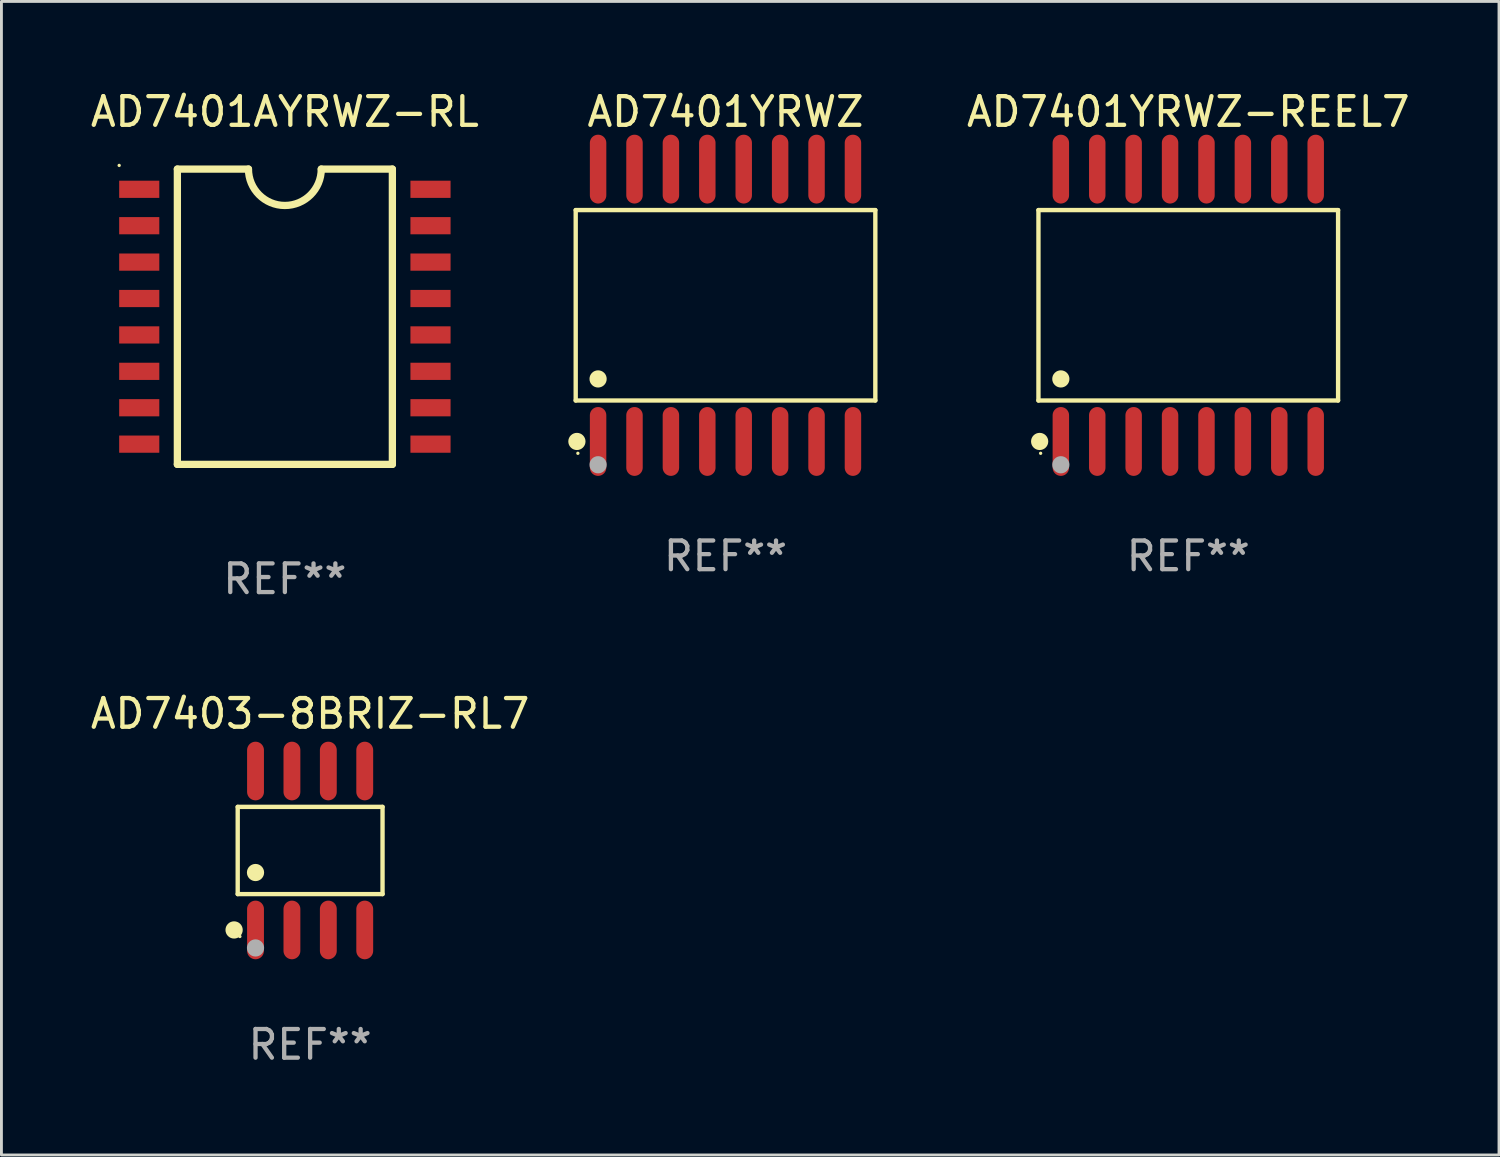
<source format=kicad_pcb>
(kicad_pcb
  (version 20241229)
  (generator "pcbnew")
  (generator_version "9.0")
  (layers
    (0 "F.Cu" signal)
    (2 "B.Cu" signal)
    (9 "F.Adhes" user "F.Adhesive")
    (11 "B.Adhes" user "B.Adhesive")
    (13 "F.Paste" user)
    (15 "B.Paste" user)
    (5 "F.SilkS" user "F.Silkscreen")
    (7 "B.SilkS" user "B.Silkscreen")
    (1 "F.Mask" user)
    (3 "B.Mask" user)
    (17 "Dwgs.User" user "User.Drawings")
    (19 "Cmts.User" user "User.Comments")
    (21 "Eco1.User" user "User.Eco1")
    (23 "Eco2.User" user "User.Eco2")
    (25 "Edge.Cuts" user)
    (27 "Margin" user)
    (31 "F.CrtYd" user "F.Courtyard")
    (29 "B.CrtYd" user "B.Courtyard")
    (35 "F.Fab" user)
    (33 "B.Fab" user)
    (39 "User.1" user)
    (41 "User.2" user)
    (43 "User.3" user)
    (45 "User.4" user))
  (footprint "AD7401YRWZ"
    (layer "F.Cu")
    (at 22.258 7.599)
    (property "Reference" "AD7401YRWZ" (at 0 -6.75 0) (layer "F.SilkS") (effects (font (size 1 1) (thickness 0.15))))
    (attr through_hole)
    (fp_line (start -5.226 -3.321) (end 5.226 -3.321) (stroke (width 0.152) (type solid)) (layer "F.SilkS"))
    (fp_line (start -5.226 3.321) (end -5.226 -3.321) (stroke (width 0.152) (type solid)) (layer "F.SilkS"))
    (fp_line (start 5.226 -3.321) (end 5.226 3.321) (stroke (width 0.152) (type solid)) (layer "F.SilkS"))
    (fp_line (start 5.226 3.321) (end -5.226 3.321) (stroke (width 0.152) (type solid)) (layer "F.SilkS"))
    (fp_circle (center -5.184 4.75) (end -5.034 4.75) (stroke (width 0.3) (type solid)) (fill no) (layer "F.SilkS"))
    (fp_circle (center -5.15 5.163) (end -5.12 5.163) (stroke (width 0.06) (type solid)) (fill no) (layer "F.SilkS"))
    (fp_circle (center -4.445 2.569) (end -4.295 2.569) (stroke (width 0.3) (type solid)) (fill no) (layer "F.SilkS"))
    (fp_circle (center -4.445 5.563) (end -4.295 5.563) (stroke (width 0.3) (type solid)) (fill no) (layer "F.Fab"))
    (fp_text user "REF**" (at 0 8.75 0) (layer "F.Fab") (effects (font (size 1 1) (thickness 0.15))))
    (pad "1" smd oval (at -4.445 4.75) (size 0.574 2.401) (layers "F.Cu" "F.Mask" "F.Paste"))
    (pad "2" smd oval (at -3.175 4.75) (size 0.574 2.401) (layers "F.Cu" "F.Mask" "F.Paste"))
    (pad "3" smd oval (at -1.905 4.75) (size 0.574 2.401) (layers "F.Cu" "F.Mask" "F.Paste"))
    (pad "4" smd oval (at -0.635 4.75) (size 0.574 2.401) (layers "F.Cu" "F.Mask" "F.Paste"))
    (pad "5" smd oval (at 0.635 4.75) (size 0.574 2.401) (layers "F.Cu" "F.Mask" "F.Paste"))
    (pad "6" smd oval (at 1.905 4.75) (size 0.574 2.401) (layers "F.Cu" "F.Mask" "F.Paste"))
    (pad "7" smd oval (at 3.175 4.75) (size 0.574 2.401) (layers "F.Cu" "F.Mask" "F.Paste"))
    (pad "8" smd oval (at 4.445 4.75) (size 0.574 2.401) (layers "F.Cu" "F.Mask" "F.Paste"))
    (pad "9" smd oval (at 4.445 -4.75) (size 0.574 2.401) (layers "F.Cu" "F.Mask" "F.Paste"))
    (pad "10" smd oval (at 3.175 -4.75) (size 0.574 2.401) (layers "F.Cu" "F.Mask" "F.Paste"))
    (pad "11" smd oval (at 1.905 -4.75) (size 0.574 2.401) (layers "F.Cu" "F.Mask" "F.Paste"))
    (pad "12" smd oval (at 0.635 -4.75) (size 0.574 2.401) (layers "F.Cu" "F.Mask" "F.Paste"))
    (pad "13" smd oval (at -0.635 -4.75) (size 0.574 2.401) (layers "F.Cu" "F.Mask" "F.Paste"))
    (pad "14" smd oval (at -1.905 -4.75) (size 0.574 2.401) (layers "F.Cu" "F.Mask" "F.Paste"))
    (pad "15" smd oval (at -3.175 -4.75) (size 0.574 2.401) (layers "F.Cu" "F.Mask" "F.Paste"))
    (pad "16" smd oval (at -4.445 -4.75) (size 0.574 2.401) (layers "F.Cu" "F.Mask" "F.Paste")))
  (footprint "AD7401YRWZ-REEL7"
    (layer "F.Cu")
    (at 38.4 7.599)
    (property "Reference" "AD7401YRWZ-REEL7" (at 0 -6.75 0) (layer "F.SilkS") (effects (font (size 1 1) (thickness 0.15))))
    (attr through_hole)
    (fp_line (start -5.226 -3.321) (end 5.226 -3.321) (stroke (width 0.152) (type solid)) (layer "F.SilkS"))
    (fp_line (start -5.226 3.321) (end -5.226 -3.321) (stroke (width 0.152) (type solid)) (layer "F.SilkS"))
    (fp_line (start 5.226 -3.321) (end 5.226 3.321) (stroke (width 0.152) (type solid)) (layer "F.SilkS"))
    (fp_line (start 5.226 3.321) (end -5.226 3.321) (stroke (width 0.152) (type solid)) (layer "F.SilkS"))
    (fp_circle (center -5.184 4.75) (end -5.034 4.75) (stroke (width 0.3) (type solid)) (fill no) (layer "F.SilkS"))
    (fp_circle (center -5.15 5.163) (end -5.12 5.163) (stroke (width 0.06) (type solid)) (fill no) (layer "F.SilkS"))
    (fp_circle (center -4.445 2.569) (end -4.295 2.569) (stroke (width 0.3) (type solid)) (fill no) (layer "F.SilkS"))
    (fp_circle (center -4.445 5.563) (end -4.295 5.563) (stroke (width 0.3) (type solid)) (fill no) (layer "F.Fab"))
    (fp_text user "REF**" (at 0 8.75 0) (layer "F.Fab") (effects (font (size 1 1) (thickness 0.15))))
    (pad "1" smd oval (at -4.445 4.75) (size 0.574 2.401) (layers "F.Cu" "F.Mask" "F.Paste"))
    (pad "2" smd oval (at -3.175 4.75) (size 0.574 2.401) (layers "F.Cu" "F.Mask" "F.Paste"))
    (pad "3" smd oval (at -1.905 4.75) (size 0.574 2.401) (layers "F.Cu" "F.Mask" "F.Paste"))
    (pad "4" smd oval (at -0.635 4.75) (size 0.574 2.401) (layers "F.Cu" "F.Mask" "F.Paste"))
    (pad "5" smd oval (at 0.635 4.75) (size 0.574 2.401) (layers "F.Cu" "F.Mask" "F.Paste"))
    (pad "6" smd oval (at 1.905 4.75) (size 0.574 2.401) (layers "F.Cu" "F.Mask" "F.Paste"))
    (pad "7" smd oval (at 3.175 4.75) (size 0.574 2.401) (layers "F.Cu" "F.Mask" "F.Paste"))
    (pad "8" smd oval (at 4.445 4.75) (size 0.574 2.401) (layers "F.Cu" "F.Mask" "F.Paste"))
    (pad "9" smd oval (at 4.445 -4.75) (size 0.574 2.401) (layers "F.Cu" "F.Mask" "F.Paste"))
    (pad "10" smd oval (at 3.175 -4.75) (size 0.574 2.401) (layers "F.Cu" "F.Mask" "F.Paste"))
    (pad "11" smd oval (at 1.905 -4.75) (size 0.574 2.401) (layers "F.Cu" "F.Mask" "F.Paste"))
    (pad "12" smd oval (at 0.635 -4.75) (size 0.574 2.401) (layers "F.Cu" "F.Mask" "F.Paste"))
    (pad "13" smd oval (at -0.635 -4.75) (size 0.574 2.401) (layers "F.Cu" "F.Mask" "F.Paste"))
    (pad "14" smd oval (at -1.905 -4.75) (size 0.574 2.401) (layers "F.Cu" "F.Mask" "F.Paste"))
    (pad "15" smd oval (at -3.175 -4.75) (size 0.574 2.401) (layers "F.Cu" "F.Mask" "F.Paste"))
    (pad "16" smd oval (at -4.445 -4.75) (size 0.574 2.401) (layers "F.Cu" "F.Mask" "F.Paste")))
  (footprint "AD7403-8BRIZ-RL7"
    (layer "F.Cu")
    (at 7.768 26.617)
    (property "Reference" "AD7403-8BRIZ-RL7" (at 0 -4.772 0) (layer "F.SilkS") (effects (font (size 1 1) (thickness 0.15))))
    (attr through_hole)
    (fp_line (start -2.526 -1.521) (end 2.526 -1.521) (stroke (width 0.152) (type solid)) (layer "F.SilkS"))
    (fp_line (start -2.526 1.521) (end -2.526 -1.521) (stroke (width 0.152) (type solid)) (layer "F.SilkS"))
    (fp_line (start 2.526 -1.521) (end 2.526 1.521) (stroke (width 0.152) (type solid)) (layer "F.SilkS"))
    (fp_line (start 2.526 1.521) (end -2.526 1.521) (stroke (width 0.152) (type solid)) (layer "F.SilkS"))
    (fp_circle (center -2.652 2.772) (end -2.501 2.772) (stroke (width 0.3) (type solid)) (fill no) (layer "F.SilkS"))
    (fp_circle (center -2.45 3) (end -2.42 3) (stroke (width 0.06) (type solid)) (fill no) (layer "F.SilkS"))
    (fp_circle (center -1.905 0.769) (end -1.755 0.769) (stroke (width 0.3) (type solid)) (fill no) (layer "F.SilkS"))
    (fp_circle (center -1.905 3.4) (end -1.755 3.4) (stroke (width 0.3) (type solid)) (fill no) (layer "F.Fab"))
    (fp_text user "REF**" (at 0 6.772 0) (layer "F.Fab") (effects (font (size 1 1) (thickness 0.15))))
    (pad "1" smd oval (at -1.905 2.772) (size 0.588 2.045) (layers "F.Cu" "F.Mask" "F.Paste"))
    (pad "2" smd oval (at -0.635 2.772) (size 0.588 2.045) (layers "F.Cu" "F.Mask" "F.Paste"))
    (pad "3" smd oval (at 0.635 2.772) (size 0.588 2.045) (layers "F.Cu" "F.Mask" "F.Paste"))
    (pad "4" smd oval (at 1.905 2.772) (size 0.588 2.045) (layers "F.Cu" "F.Mask" "F.Paste"))
    (pad "5" smd oval (at 1.905 -2.772) (size 0.588 2.045) (layers "F.Cu" "F.Mask" "F.Paste"))
    (pad "6" smd oval (at 0.635 -2.772) (size 0.588 2.045) (layers "F.Cu" "F.Mask" "F.Paste"))
    (pad "7" smd oval (at -0.635 -2.772) (size 0.588 2.045) (layers "F.Cu" "F.Mask" "F.Paste"))
    (pad "8" smd oval (at -1.905 -2.772) (size 0.588 2.045) (layers "F.Cu" "F.Mask" "F.Paste")))
  (footprint "AD7401AYRWZ-RL"
    (layer "F.Cu")
    (at 6.887 7.998)
    (property "Reference" "AD7401AYRWZ-RL" (at 0 -7.15 0) (layer "F.SilkS") (effects (font (size 1 1) (thickness 0.15))))
    (attr through_hole)
    (fp_line (start -3.75 -5.15) (end -1.27 -5.15) (stroke (width 0.254) (type solid)) (layer "F.SilkS"))
    (fp_line (start -3.75 5.15) (end -3.75 -5.15) (stroke (width 0.254) (type solid)) (layer "F.SilkS"))
    (fp_line (start 3.75 -5.15) (end 1.27 -5.15) (stroke (width 0.254) (type solid)) (layer "F.SilkS"))
    (fp_line (start 3.75 -5.15) (end 3.75 5.15) (stroke (width 0.254) (type solid)) (layer "F.SilkS"))
    (fp_line (start 3.75 5.15) (end -3.75 5.15) (stroke (width 0.254) (type solid)) (layer "F.SilkS"))
    (fp_arc (start 1.270003 -5.150013) (mid -0.000559 -3.881128) (end -1.270003 -5.151131) (stroke (width 0.254001) (type solid)) (layer "F.SilkS"))
    (fp_circle (center -5.78 -5.278) (end -5.75 -5.278) (stroke (width 0.06) (type solid)) (fill no) (layer "F.SilkS"))
    (fp_text user "REF**" (at 0 9.15 0) (layer "F.Fab") (effects (font (size 1 1) (thickness 0.15))))
    (pad "1" smd rect (at -5.08 -4.445) (size 1.4 0.6) (layers "F.Cu" "F.Mask" "F.Paste"))
    (pad "2" smd rect (at -5.08 -3.175) (size 1.4 0.6) (layers "F.Cu" "F.Mask" "F.Paste"))
    (pad "3" smd rect (at -5.08 -1.905) (size 1.4 0.6) (layers "F.Cu" "F.Mask" "F.Paste"))
    (pad "4" smd rect (at -5.08 -0.635) (size 1.4 0.6) (layers "F.Cu" "F.Mask" "F.Paste"))
    (pad "5" smd rect (at -5.08 0.635) (size 1.4 0.6) (layers "F.Cu" "F.Mask" "F.Paste"))
    (pad "6" smd rect (at -5.08 1.905) (size 1.4 0.6) (layers "F.Cu" "F.Mask" "F.Paste"))
    (pad "7" smd rect (at -5.08 3.175) (size 1.4 0.6) (layers "F.Cu" "F.Mask" "F.Paste"))
    (pad "8" smd rect (at -5.08 4.445) (size 1.4 0.6) (layers "F.Cu" "F.Mask" "F.Paste"))
    (pad "9" smd rect (at 5.08 4.445) (size 1.4 0.6) (layers "F.Cu" "F.Mask" "F.Paste"))
    (pad "10" smd rect (at 5.08 3.175) (size 1.4 0.6) (layers "F.Cu" "F.Mask" "F.Paste"))
    (pad "11" smd rect (at 5.08 1.905) (size 1.4 0.6) (layers "F.Cu" "F.Mask" "F.Paste"))
    (pad "12" smd rect (at 5.08 0.635) (size 1.4 0.6) (layers "F.Cu" "F.Mask" "F.Paste"))
    (pad "13" smd rect (at 5.08 -0.635) (size 1.4 0.6) (layers "F.Cu" "F.Mask" "F.Paste"))
    (pad "14" smd rect (at 5.08 -1.905) (size 1.4 0.6) (layers "F.Cu" "F.Mask" "F.Paste"))
    (pad "15" smd rect (at 5.08 -3.175) (size 1.4 0.6) (layers "F.Cu" "F.Mask" "F.Paste"))
    (pad "16" smd rect (at 5.08 -4.445) (size 1.4 0.6) (layers "F.Cu" "F.Mask" "F.Paste")))
  (gr_rect
    (start -3 -3)
    (end 49.239 37.238)
    (stroke (width 0.1) (type default))
    (fill no)
    (layer "Edge.Cuts")))
</source>
